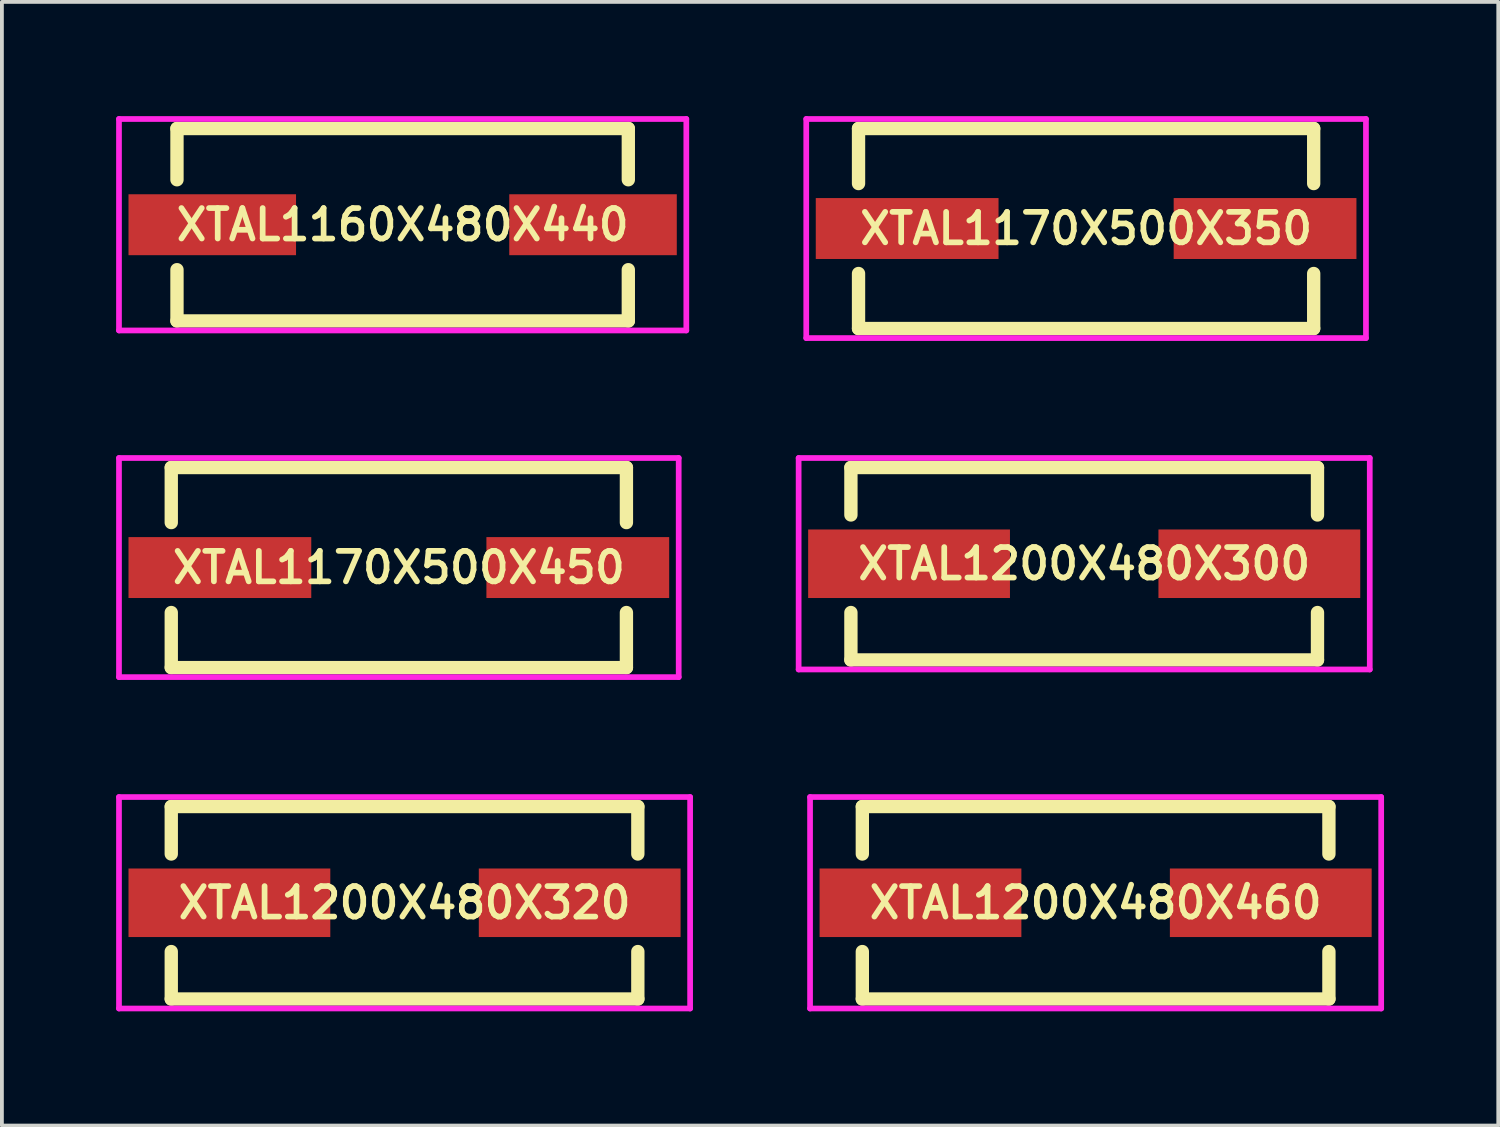
<source format=kicad_pcb>
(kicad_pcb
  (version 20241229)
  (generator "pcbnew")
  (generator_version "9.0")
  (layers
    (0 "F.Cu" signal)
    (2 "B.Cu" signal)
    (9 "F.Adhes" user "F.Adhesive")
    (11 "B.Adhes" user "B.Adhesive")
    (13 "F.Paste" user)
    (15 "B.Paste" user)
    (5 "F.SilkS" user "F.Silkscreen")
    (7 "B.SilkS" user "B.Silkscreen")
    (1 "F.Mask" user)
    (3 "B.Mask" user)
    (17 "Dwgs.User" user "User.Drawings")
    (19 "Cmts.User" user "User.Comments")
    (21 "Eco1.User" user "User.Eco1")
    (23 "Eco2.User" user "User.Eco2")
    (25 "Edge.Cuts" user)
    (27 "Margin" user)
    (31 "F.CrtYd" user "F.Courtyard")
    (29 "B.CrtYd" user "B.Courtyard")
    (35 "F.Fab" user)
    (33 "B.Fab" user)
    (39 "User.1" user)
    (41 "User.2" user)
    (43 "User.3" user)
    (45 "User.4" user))
  (footprint "XTAL1170X500X450"
    (layer "F.Cu")
    (at 7.425 11.856)
    (property "Reference" "XTAL1170X500X450" (at 0 0 0) (layer "F.SilkS") (effects (font (size 0.8 0.8) (thickness 0.15))))
    (attr smd)
    (fp_line (start -5.977 -2.627) (end 5.977 -2.627) (stroke (width 0.35) (type solid)) (layer "F.SilkS"))
    (fp_line (start -5.977 -1.181) (end -5.977 -2.627) (stroke (width 0.35) (type solid)) (layer "F.SilkS"))
    (fp_line (start -5.977 1.181) (end -5.977 2.627) (stroke (width 0.35) (type solid)) (layer "F.SilkS"))
    (fp_line (start -5.977 2.627) (end 5.977 2.627) (stroke (width 0.35) (type solid)) (layer "F.SilkS"))
    (fp_line (start 5.977 -2.627) (end 5.977 -1.181) (stroke (width 0.35) (type solid)) (layer "F.SilkS"))
    (fp_line (start 5.977 2.627) (end 5.977 1.181) (stroke (width 0.35) (type solid)) (layer "F.SilkS"))
    (fp_line (start -7.35 -2.877) (end 7.35 -2.877) (stroke (width 0.15) (type solid)) (layer "F.CrtYd"))
    (fp_line (start -7.35 2.877) (end -7.35 -2.877) (stroke (width 0.15) (type solid)) (layer "F.CrtYd"))
    (fp_line (start 7.35 -2.877) (end 7.35 2.877) (stroke (width 0.15) (type solid)) (layer "F.CrtYd"))
    (fp_line (start 7.35 2.877) (end -7.35 2.877) (stroke (width 0.15) (type solid)) (layer "F.CrtYd"))
    (pad "1" smd rect (at -4.7 0) (size 4.8 1.6) (layers "F.Cu" "F.Mask" "F.Paste"))
    (pad "2" smd rect (at 4.7 0) (size 4.8 1.6) (layers "F.Cu" "F.Mask" "F.Paste")))
  (footprint "XTAL1170X500X350"
    (layer "F.Cu")
    (at 25.475 2.952)
    (property "Reference" "XTAL1170X500X350" (at 0 0 0) (layer "F.SilkS") (effects (font (size 0.8 0.8) (thickness 0.15))))
    (attr smd)
    (fp_line (start -5.977 -2.627) (end 5.977 -2.627) (stroke (width 0.35) (type solid)) (layer "F.SilkS"))
    (fp_line (start -5.977 -1.181) (end -5.977 -2.627) (stroke (width 0.35) (type solid)) (layer "F.SilkS"))
    (fp_line (start -5.977 1.181) (end -5.977 2.627) (stroke (width 0.35) (type solid)) (layer "F.SilkS"))
    (fp_line (start -5.977 2.627) (end 5.977 2.627) (stroke (width 0.35) (type solid)) (layer "F.SilkS"))
    (fp_line (start 5.977 -2.627) (end 5.977 -1.181) (stroke (width 0.35) (type solid)) (layer "F.SilkS"))
    (fp_line (start 5.977 2.627) (end 5.977 1.181) (stroke (width 0.35) (type solid)) (layer "F.SilkS"))
    (fp_line (start -7.35 -2.877) (end 7.35 -2.877) (stroke (width 0.15) (type solid)) (layer "F.CrtYd"))
    (fp_line (start -7.35 2.877) (end -7.35 -2.877) (stroke (width 0.15) (type solid)) (layer "F.CrtYd"))
    (fp_line (start 7.35 -2.877) (end 7.35 2.877) (stroke (width 0.15) (type solid)) (layer "F.CrtYd"))
    (fp_line (start 7.35 2.877) (end -7.35 2.877) (stroke (width 0.15) (type solid)) (layer "F.CrtYd"))
    (pad "1" smd rect (at -4.7 0) (size 4.8 1.6) (layers "F.Cu" "F.Mask" "F.Paste"))
    (pad "2" smd rect (at 4.7 0) (size 4.8 1.6) (layers "F.Cu" "F.Mask" "F.Paste")))
  (footprint "XTAL1160X480X440"
    (layer "F.Cu")
    (at 7.525 2.852)
    (property "Reference" "XTAL1160X480X440" (at 0 0 0) (layer "F.SilkS") (effects (font (size 0.8 0.8) (thickness 0.15))))
    (attr through_hole)
    (fp_line (start -5.927 -2.527) (end 5.927 -2.527) (stroke (width 0.35) (type solid)) (layer "F.SilkS"))
    (fp_line (start -5.927 -1.181) (end -5.927 -2.527) (stroke (width 0.35) (type solid)) (layer "F.SilkS"))
    (fp_line (start -5.927 1.181) (end -5.927 2.527) (stroke (width 0.35) (type solid)) (layer "F.SilkS"))
    (fp_line (start -5.927 2.527) (end 5.927 2.527) (stroke (width 0.35) (type solid)) (layer "F.SilkS"))
    (fp_line (start 5.927 -2.527) (end 5.927 -1.181) (stroke (width 0.35) (type solid)) (layer "F.SilkS"))
    (fp_line (start 5.927 2.527) (end 5.927 1.181) (stroke (width 0.35) (type solid)) (layer "F.SilkS"))
    (fp_line (start -7.45 -2.777) (end 7.45 -2.777) (stroke (width 0.15) (type solid)) (layer "F.CrtYd"))
    (fp_line (start -7.45 2.777) (end -7.45 -2.777) (stroke (width 0.15) (type solid)) (layer "F.CrtYd"))
    (fp_line (start 7.45 -2.777) (end 7.45 2.777) (stroke (width 0.15) (type solid)) (layer "F.CrtYd"))
    (fp_line (start 7.45 2.777) (end -7.45 2.777) (stroke (width 0.15) (type solid)) (layer "F.CrtYd"))
    (pad "1" smd rect (at -5 0) (size 4.4 1.6) (layers "F.Cu" "F.Mask" "F.Paste"))
    (pad "2" smd rect (at 5 0) (size 4.4 1.6) (layers "F.Cu" "F.Mask" "F.Paste")))
  (footprint "XTAL1200X480X300"
    (layer "F.Cu")
    (at 25.425 11.756)
    (property "Reference" "XTAL1200X480X300" (at 0 0 0) (layer "F.SilkS") (effects (font (size 0.8 0.8) (thickness 0.15))))
    (attr through_hole)
    (fp_line (start -6.127 -2.527) (end 6.127 -2.527) (stroke (width 0.35) (type solid)) (layer "F.SilkS"))
    (fp_line (start -6.127 -1.281) (end -6.127 -2.527) (stroke (width 0.35) (type solid)) (layer "F.SilkS"))
    (fp_line (start -6.127 1.281) (end -6.127 2.527) (stroke (width 0.35) (type solid)) (layer "F.SilkS"))
    (fp_line (start -6.127 2.527) (end 6.127 2.527) (stroke (width 0.35) (type solid)) (layer "F.SilkS"))
    (fp_line (start 6.127 -2.527) (end 6.127 -1.281) (stroke (width 0.35) (type solid)) (layer "F.SilkS"))
    (fp_line (start 6.127 2.527) (end 6.127 1.281) (stroke (width 0.35) (type solid)) (layer "F.SilkS"))
    (fp_line (start -7.5 -2.777) (end 7.5 -2.777) (stroke (width 0.15) (type solid)) (layer "F.CrtYd"))
    (fp_line (start -7.5 2.777) (end -7.5 -2.777) (stroke (width 0.15) (type solid)) (layer "F.CrtYd"))
    (fp_line (start 7.5 -2.777) (end 7.5 2.777) (stroke (width 0.15) (type solid)) (layer "F.CrtYd"))
    (fp_line (start 7.5 2.777) (end -7.5 2.777) (stroke (width 0.15) (type solid)) (layer "F.CrtYd"))
    (pad "1" smd rect (at -4.6 0) (size 5.3 1.8) (layers "F.Cu" "F.Mask" "F.Paste"))
    (pad "2" smd rect (at 4.6 0) (size 5.3 1.8) (layers "F.Cu" "F.Mask" "F.Paste")))
  (footprint "XTAL1200X480X320"
    (layer "F.Cu")
    (at 7.575 20.66)
    (property "Reference" "XTAL1200X480X320" (at 0 0 0) (layer "F.SilkS") (effects (font (size 0.8 0.8) (thickness 0.15))))
    (attr smd)
    (fp_line (start -6.127 -2.527) (end 6.127 -2.527) (stroke (width 0.35) (type solid)) (layer "F.SilkS"))
    (fp_line (start -6.127 -1.281) (end -6.127 -2.527) (stroke (width 0.35) (type solid)) (layer "F.SilkS"))
    (fp_line (start -6.127 1.281) (end -6.127 2.527) (stroke (width 0.35) (type solid)) (layer "F.SilkS"))
    (fp_line (start -6.127 2.527) (end 6.127 2.527) (stroke (width 0.35) (type solid)) (layer "F.SilkS"))
    (fp_line (start 6.127 -2.527) (end 6.127 -1.281) (stroke (width 0.35) (type solid)) (layer "F.SilkS"))
    (fp_line (start 6.127 2.527) (end 6.127 1.281) (stroke (width 0.35) (type solid)) (layer "F.SilkS"))
    (fp_line (start -7.5 -2.777) (end 7.5 -2.777) (stroke (width 0.15) (type solid)) (layer "F.CrtYd"))
    (fp_line (start -7.5 2.777) (end -7.5 -2.777) (stroke (width 0.15) (type solid)) (layer "F.CrtYd"))
    (fp_line (start 7.5 -2.777) (end 7.5 2.777) (stroke (width 0.15) (type solid)) (layer "F.CrtYd"))
    (fp_line (start 7.5 2.777) (end -7.5 2.777) (stroke (width 0.15) (type solid)) (layer "F.CrtYd"))
    (pad "1" smd rect (at -4.6 0) (size 5.3 1.8) (layers "F.Cu" "F.Mask" "F.Paste"))
    (pad "2" smd rect (at 4.6 0) (size 5.3 1.8) (layers "F.Cu" "F.Mask" "F.Paste")))
  (footprint "XTAL1200X480X460"
    (layer "F.Cu")
    (at 25.725 20.66)
    (property "Reference" "XTAL1200X480X460" (at 0 0 0) (layer "F.SilkS") (effects (font (size 0.8 0.8) (thickness 0.15))))
    (attr through_hole)
    (fp_line (start -6.127 -2.527) (end 6.127 -2.527) (stroke (width 0.35) (type solid)) (layer "F.SilkS"))
    (fp_line (start -6.127 -1.281) (end -6.127 -2.527) (stroke (width 0.35) (type solid)) (layer "F.SilkS"))
    (fp_line (start -6.127 1.281) (end -6.127 2.527) (stroke (width 0.35) (type solid)) (layer "F.SilkS"))
    (fp_line (start -6.127 2.527) (end 6.127 2.527) (stroke (width 0.35) (type solid)) (layer "F.SilkS"))
    (fp_line (start 6.127 -2.527) (end 6.127 -1.281) (stroke (width 0.35) (type solid)) (layer "F.SilkS"))
    (fp_line (start 6.127 2.527) (end 6.127 1.281) (stroke (width 0.35) (type solid)) (layer "F.SilkS"))
    (fp_line (start -7.5 -2.777) (end 7.5 -2.777) (stroke (width 0.15) (type solid)) (layer "F.CrtYd"))
    (fp_line (start -7.5 2.777) (end -7.5 -2.777) (stroke (width 0.15) (type solid)) (layer "F.CrtYd"))
    (fp_line (start 7.5 -2.777) (end 7.5 2.777) (stroke (width 0.15) (type solid)) (layer "F.CrtYd"))
    (fp_line (start 7.5 2.777) (end -7.5 2.777) (stroke (width 0.15) (type solid)) (layer "F.CrtYd"))
    (pad "1" smd rect (at -4.6 0) (size 5.3 1.8) (layers "F.Cu" "F.Mask" "F.Paste"))
    (pad "2" smd rect (at 4.6 0) (size 5.3 1.8) (layers "F.Cu" "F.Mask" "F.Paste")))
  (gr_rect
    (start -3 -3)
    (end 36.3 26.512)
    (stroke (width 0.1) (type default))
    (fill no)
    (layer "Edge.Cuts")))
</source>
